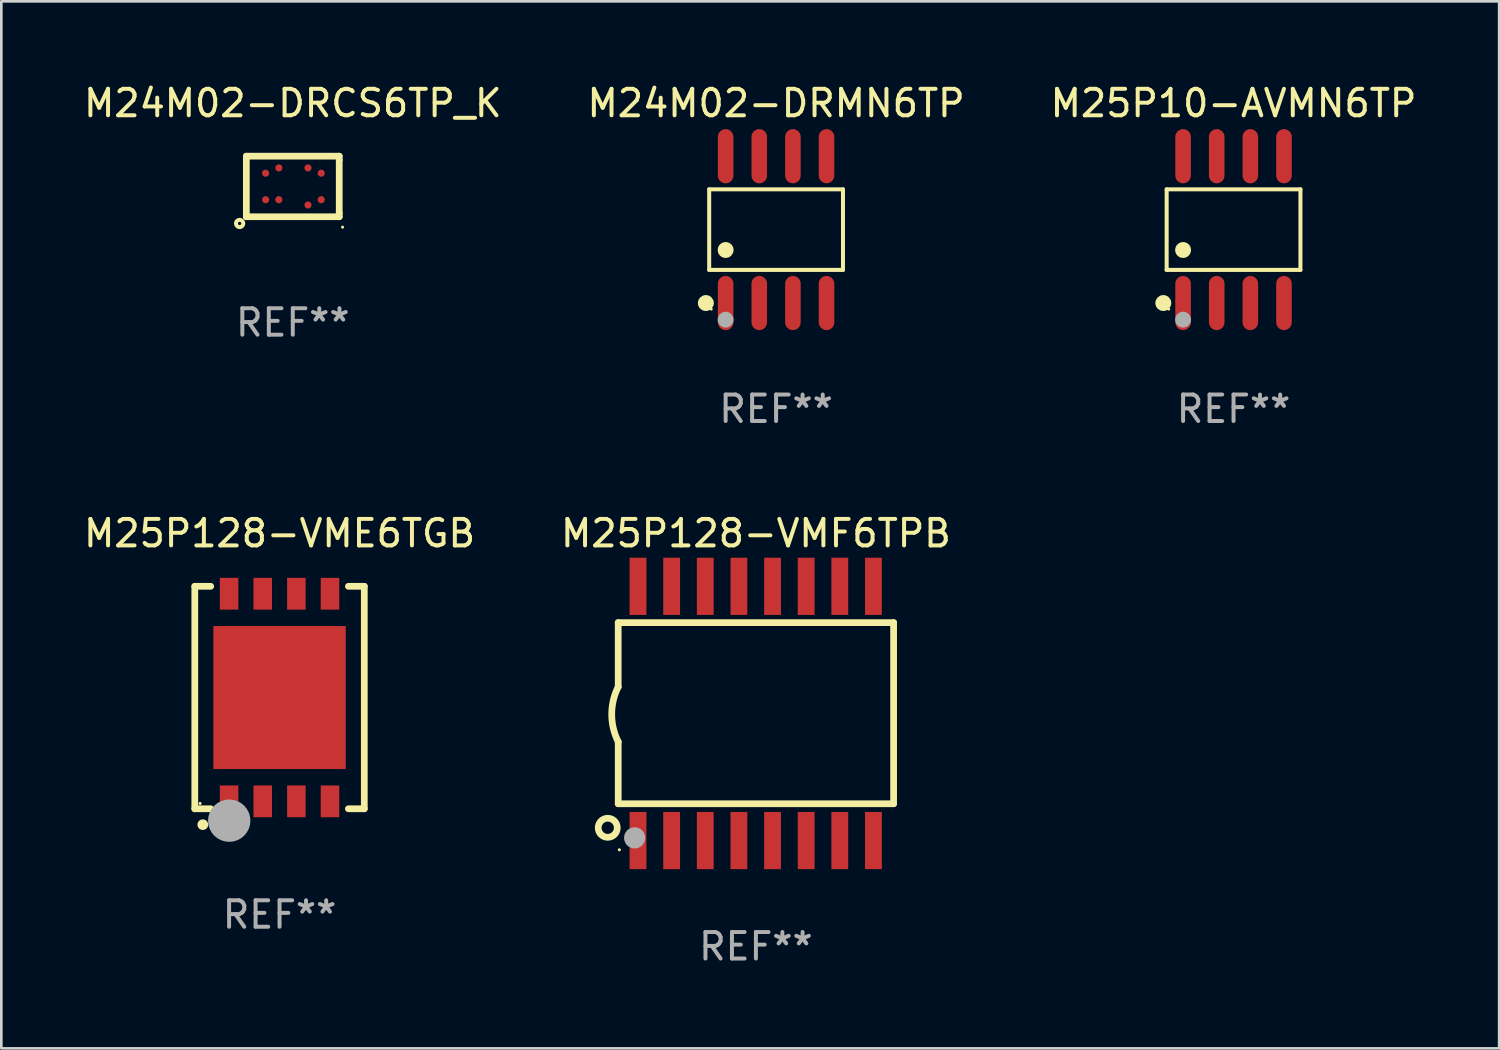
<source format=kicad_pcb>
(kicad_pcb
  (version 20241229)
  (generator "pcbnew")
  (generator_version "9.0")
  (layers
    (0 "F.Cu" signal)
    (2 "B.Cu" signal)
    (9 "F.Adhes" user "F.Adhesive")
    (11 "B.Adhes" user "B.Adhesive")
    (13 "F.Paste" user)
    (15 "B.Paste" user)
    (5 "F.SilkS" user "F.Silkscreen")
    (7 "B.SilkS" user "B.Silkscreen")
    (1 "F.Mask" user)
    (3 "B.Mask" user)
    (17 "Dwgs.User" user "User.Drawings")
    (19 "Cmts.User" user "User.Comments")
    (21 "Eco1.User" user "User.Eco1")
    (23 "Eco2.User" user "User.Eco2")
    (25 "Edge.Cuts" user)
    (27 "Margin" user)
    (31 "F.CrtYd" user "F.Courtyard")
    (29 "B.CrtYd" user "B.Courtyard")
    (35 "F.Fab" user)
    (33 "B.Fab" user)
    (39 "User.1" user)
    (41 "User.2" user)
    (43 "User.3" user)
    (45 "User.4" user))
  (footprint "M25P128-VMF6TPB"
    (layer "F.Cu")
    (at 25.494 23.89)
    (property "Reference" "M25P128-VMF6TPB" (at 0 -6.8 0) (layer "F.SilkS") (effects (font (size 1 1) (thickness 0.15))))
    (attr through_hole)
    (fp_line (start -5.2 -3.429) (end -5.2 -1.005) (stroke (width 0.254) (type solid)) (layer "F.SilkS"))
    (fp_line (start -5.2 -3.429) (end 5.2 -3.429) (stroke (width 0.254) (type solid)) (layer "F.SilkS"))
    (fp_line (start -5.2 3.411) (end 5.2 3.411) (stroke (width 0.254) (type solid)) (layer "F.SilkS"))
    (fp_line (start -5.199 1.071) (end -5.199 3.411) (stroke (width 0.254) (type solid)) (layer "F.SilkS"))
    (fp_line (start 5.2 -3.429) (end 5.2 3.411) (stroke (width 0.254) (type solid)) (layer "F.SilkS"))
    (fp_arc (start -5.199391 1.07079) (mid -5.444637 0.032863) (end -5.2 -1.005207) (stroke (width 0.254001) (type solid)) (layer "F.SilkS"))
    (fp_circle (center -5.595 4.318) (end -5.235 4.318) (stroke (width 0.254) (type solid)) (fill no) (layer "F.SilkS"))
    (fp_circle (center -5.157 5.15) (end -5.127 5.15) (stroke (width 0.06) (type solid)) (fill no) (layer "F.SilkS"))
    (fp_circle (center -4.579 4.699) (end -4.379 4.699) (stroke (width 0.4) (type solid)) (fill no) (layer "F.Fab"))
    (fp_text user "REF**" (at 0 8.8 0) (layer "F.Fab") (effects (font (size 1 1) (thickness 0.15))))
    (pad "1" smd rect (at -4.452 4.8) (size 0.635 2.16) (layers "F.Cu" "F.Mask" "F.Paste"))
    (pad "2" smd rect (at -3.182 4.8) (size 0.635 2.16) (layers "F.Cu" "F.Mask" "F.Paste"))
    (pad "3" smd rect (at -1.912 4.8) (size 0.635 2.16) (layers "F.Cu" "F.Mask" "F.Paste"))
    (pad "4" smd rect (at -0.642 4.8) (size 0.635 2.16) (layers "F.Cu" "F.Mask" "F.Paste"))
    (pad "5" smd rect (at 0.628 4.8) (size 0.635 2.16) (layers "F.Cu" "F.Mask" "F.Paste"))
    (pad "6" smd rect (at 1.898 4.8) (size 0.635 2.16) (layers "F.Cu" "F.Mask" "F.Paste"))
    (pad "7" smd rect (at 3.168 4.8) (size 0.635 2.16) (layers "F.Cu" "F.Mask" "F.Paste"))
    (pad "8" smd rect (at 4.438 4.8) (size 0.635 2.16) (layers "F.Cu" "F.Mask" "F.Paste"))
    (pad "9" smd rect (at 4.438 -4.8) (size 0.635 2.16) (layers "F.Cu" "F.Mask" "F.Paste"))
    (pad "10" smd rect (at 3.168 -4.8) (size 0.635 2.16) (layers "F.Cu" "F.Mask" "F.Paste"))
    (pad "11" smd rect (at 1.898 -4.8) (size 0.635 2.16) (layers "F.Cu" "F.Mask" "F.Paste"))
    (pad "12" smd rect (at 0.628 -4.8) (size 0.635 2.16) (layers "F.Cu" "F.Mask" "F.Paste"))
    (pad "13" smd rect (at -0.642 -4.8) (size 0.635 2.16) (layers "F.Cu" "F.Mask" "F.Paste"))
    (pad "14" smd rect (at -1.912 -4.8) (size 0.635 2.16) (layers "F.Cu" "F.Mask" "F.Paste"))
    (pad "15" smd rect (at -3.182 -4.8) (size 0.635 2.16) (layers "F.Cu" "F.Mask" "F.Paste"))
    (pad "16" smd rect (at -4.452 -4.8) (size 0.635 2.16) (layers "F.Cu" "F.Mask" "F.Paste")))
  (footprint "M25P128-VME6TGB"
    (layer "F.Cu")
    (at 7.506 23.29)
    (property "Reference" "M25P128-VME6TGB" (at 0 -6.2 0) (layer "F.SilkS") (effects (font (size 1 1) (thickness 0.15))))
    (attr through_hole)
    (fp_line (start -3.2 -4.2) (end -2.6 -4.2) (stroke (width 0.254) (type solid)) (layer "F.SilkS"))
    (fp_line (start -3.2 4.2) (end -3.2 -4.2) (stroke (width 0.254) (type solid)) (layer "F.SilkS"))
    (fp_line (start -2.6 4.2) (end -3.2 4.2) (stroke (width 0.254) (type solid)) (layer "F.SilkS"))
    (fp_line (start 2.6 -4.2) (end 3.2 -4.2) (stroke (width 0.254) (type solid)) (layer "F.SilkS"))
    (fp_line (start 3.2 -4.2) (end 3.2 4.2) (stroke (width 0.254) (type solid)) (layer "F.SilkS"))
    (fp_line (start 3.2 4.2) (end 2.6 4.2) (stroke (width 0.254) (type solid)) (layer "F.SilkS"))
    (fp_arc (start -2.900699 4.80061) (mid -2.898159 4.800594) (end -2.895619 4.80061) (stroke (width 0.4) (type solid)) (layer "F.SilkS"))
    (fp_circle (center -3 4) (end -2.97 4) (stroke (width 0.06) (type solid)) (fill no) (layer "F.SilkS"))
    (fp_circle (center -1.9 4.65) (end -1.5 4.65) (stroke (width 0.8) (type solid)) (fill no) (layer "F.Fab"))
    (fp_text user "REF**" (at 0 8.2 0) (layer "F.Fab") (effects (font (size 1 1) (thickness 0.15))))
    (pad "1" smd rect (at -1.905 3.92 90) (size 1.2 0.7) (layers "F.Cu" "F.Mask" "F.Paste"))
    (pad "2" smd rect (at -0.635 3.92 90) (size 1.2 0.7) (layers "F.Cu" "F.Mask" "F.Paste"))
    (pad "3" smd rect (at 0.635 3.92 90) (size 1.2 0.7) (layers "F.Cu" "F.Mask" "F.Paste"))
    (pad "4" smd rect (at 1.905 3.92 90) (size 1.2 0.7) (layers "F.Cu" "F.Mask" "F.Paste"))
    (pad "5" smd rect (at 1.905 -3.92 90) (size 1.2 0.7) (layers "F.Cu" "F.Mask" "F.Paste"))
    (pad "6" smd rect (at 0.635 -3.92 90) (size 1.2 0.7) (layers "F.Cu" "F.Mask" "F.Paste"))
    (pad "7" smd rect (at -0.635 -3.92 90) (size 1.2 0.7) (layers "F.Cu" "F.Mask" "F.Paste"))
    (pad "8" smd rect (at -1.905 -3.92 90) (size 1.2 0.7) (layers "F.Cu" "F.Mask" "F.Paste"))
    (pad "9" smd rect (at -0.000038 -0.000076 90) (size 5.4 5) (layers "F.Cu" "F.Mask" "F.Paste")))
  (footprint "M24M02-DRCS6TP_K"
    (layer "F.Cu")
    (at 8.006 3.991)
    (property "Reference" "M24M02-DRCS6TP_K" (at 0 -3.143 0) (layer "F.SilkS") (effects (font (size 1 1) (thickness 0.15))))
    (attr through_hole)
    (fp_line (start -1.754 -1.143) (end -1.754 1.143) (stroke (width 0.254) (type solid)) (layer "F.SilkS"))
    (fp_line (start -1.754 1.143) (end 1.754 1.143) (stroke (width 0.254) (type solid)) (layer "F.SilkS"))
    (fp_line (start 1.754 -1.143) (end -1.754 -1.143) (stroke (width 0.254) (type solid)) (layer "F.SilkS"))
    (fp_line (start 1.754 -1) (end 1.754 -1.143) (stroke (width 0.254) (type solid)) (layer "F.SilkS"))
    (fp_line (start 1.754 1) (end 1.754 -1) (stroke (width 0.254) (type solid)) (layer "F.SilkS"))
    (fp_line (start 1.754 1.143) (end 1.754 1) (stroke (width 0.254) (type solid)) (layer "F.SilkS"))
    (fp_circle (center -2.008 1.397) (end -1.945 1.397) (stroke (width 0.15) (type solid)) (fill no) (layer "F.SilkS"))
    (fp_circle (center 1.881 1.536) (end 1.911 1.536) (stroke (width 0.06) (type solid)) (fill no) (layer "F.SilkS"))
    (fp_text user "REF**" (at 0 5.143 0) (layer "F.Fab") (effects (font (size 1 1) (thickness 0.15))))
    (pad "A2" smd circle (at -1.026 0.5) (size 0.27 0.27) (layers "F.Cu" "F.Mask" "F.Paste"))
    (pad "A3" smd circle (at -1.026 -0.5) (size 0.27 0.27) (layers "F.Cu" "F.Mask" "F.Paste"))
    (pad "B2" smd circle (at -0.526 0.5) (size 0.27 0.27) (layers "F.Cu" "F.Mask" "F.Paste"))
    (pad "B4" smd circle (at -0.526 -0.7) (size 0.27 0.27) (layers "F.Cu" "F.Mask" "F.Paste"))
    (pad "C1" smd circle (at 0.574 0.7) (size 0.27 0.27) (layers "F.Cu" "F.Mask" "F.Paste"))
    (pad "C4" smd circle (at 0.574 -0.7) (size 0.27 0.27) (layers "F.Cu" "F.Mask" "F.Paste"))
    (pad "D2" smd circle (at 1.074 0.5) (size 0.27 0.27) (layers "F.Cu" "F.Mask" "F.Paste"))
    (pad "D3" smd circle (at 1.074 -0.5) (size 0.27 0.27) (layers "F.Cu" "F.Mask" "F.Paste")))
  (footprint "M25P10-AVMN6TP"
    (layer "F.Cu")
    (at 43.53 5.621)
    (property "Reference" "M25P10-AVMN6TP" (at 0 -4.772 0) (layer "F.SilkS") (effects (font (size 1 1) (thickness 0.15))))
    (attr through_hole)
    (fp_line (start -2.526 -1.521) (end 2.526 -1.521) (stroke (width 0.152) (type solid)) (layer "F.SilkS"))
    (fp_line (start -2.526 1.521) (end -2.526 -1.521) (stroke (width 0.152) (type solid)) (layer "F.SilkS"))
    (fp_line (start 2.526 -1.521) (end 2.526 1.521) (stroke (width 0.152) (type solid)) (layer "F.SilkS"))
    (fp_line (start 2.526 1.521) (end -2.526 1.521) (stroke (width 0.152) (type solid)) (layer "F.SilkS"))
    (fp_circle (center -2.652 2.772) (end -2.501 2.772) (stroke (width 0.3) (type solid)) (fill no) (layer "F.SilkS"))
    (fp_circle (center -2.45 3) (end -2.42 3) (stroke (width 0.06) (type solid)) (fill no) (layer "F.SilkS"))
    (fp_circle (center -1.905 0.769) (end -1.755 0.769) (stroke (width 0.3) (type solid)) (fill no) (layer "F.SilkS"))
    (fp_circle (center -1.905 3.4) (end -1.755 3.4) (stroke (width 0.3) (type solid)) (fill no) (layer "F.Fab"))
    (fp_text user "REF**" (at 0 6.772 0) (layer "F.Fab") (effects (font (size 1 1) (thickness 0.15))))
    (pad "1" smd oval (at -1.905 2.772) (size 0.588 2.045) (layers "F.Cu" "F.Mask" "F.Paste"))
    (pad "2" smd oval (at -0.635 2.772) (size 0.588 2.045) (layers "F.Cu" "F.Mask" "F.Paste"))
    (pad "3" smd oval (at 0.635 2.772) (size 0.588 2.045) (layers "F.Cu" "F.Mask" "F.Paste"))
    (pad "4" smd oval (at 1.905 2.772) (size 0.588 2.045) (layers "F.Cu" "F.Mask" "F.Paste"))
    (pad "5" smd oval (at 1.905 -2.772) (size 0.588 2.045) (layers "F.Cu" "F.Mask" "F.Paste"))
    (pad "6" smd oval (at 0.635 -2.772) (size 0.588 2.045) (layers "F.Cu" "F.Mask" "F.Paste"))
    (pad "7" smd oval (at -0.635 -2.772) (size 0.588 2.045) (layers "F.Cu" "F.Mask" "F.Paste"))
    (pad "8" smd oval (at -1.905 -2.772) (size 0.588 2.045) (layers "F.Cu" "F.Mask" "F.Paste")))
  (footprint "M24M02-DRMN6TP"
    (layer "F.Cu")
    (at 26.256 5.621)
    (property "Reference" "M24M02-DRMN6TP" (at 0 -4.772 0) (layer "F.SilkS") (effects (font (size 1 1) (thickness 0.15))))
    (attr through_hole)
    (fp_line (start -2.526 -1.521) (end 2.526 -1.521) (stroke (width 0.152) (type solid)) (layer "F.SilkS"))
    (fp_line (start -2.526 1.521) (end -2.526 -1.521) (stroke (width 0.152) (type solid)) (layer "F.SilkS"))
    (fp_line (start 2.526 -1.521) (end 2.526 1.521) (stroke (width 0.152) (type solid)) (layer "F.SilkS"))
    (fp_line (start 2.526 1.521) (end -2.526 1.521) (stroke (width 0.152) (type solid)) (layer "F.SilkS"))
    (fp_circle (center -2.652 2.772) (end -2.501 2.772) (stroke (width 0.3) (type solid)) (fill no) (layer "F.SilkS"))
    (fp_circle (center -2.45 3) (end -2.42 3) (stroke (width 0.06) (type solid)) (fill no) (layer "F.SilkS"))
    (fp_circle (center -1.905 0.769) (end -1.755 0.769) (stroke (width 0.3) (type solid)) (fill no) (layer "F.SilkS"))
    (fp_circle (center -1.905 3.4) (end -1.755 3.4) (stroke (width 0.3) (type solid)) (fill no) (layer "F.Fab"))
    (fp_text user "REF**" (at 0 6.772 0) (layer "F.Fab") (effects (font (size 1 1) (thickness 0.15))))
    (pad "1" smd oval (at -1.905 2.772) (size 0.588 2.045) (layers "F.Cu" "F.Mask" "F.Paste"))
    (pad "2" smd oval (at -0.635 2.772) (size 0.588 2.045) (layers "F.Cu" "F.Mask" "F.Paste"))
    (pad "3" smd oval (at 0.635 2.772) (size 0.588 2.045) (layers "F.Cu" "F.Mask" "F.Paste"))
    (pad "4" smd oval (at 1.905 2.772) (size 0.588 2.045) (layers "F.Cu" "F.Mask" "F.Paste"))
    (pad "5" smd oval (at 1.905 -2.772) (size 0.588 2.045) (layers "F.Cu" "F.Mask" "F.Paste"))
    (pad "6" smd oval (at 0.635 -2.772) (size 0.588 2.045) (layers "F.Cu" "F.Mask" "F.Paste"))
    (pad "7" smd oval (at -0.635 -2.772) (size 0.588 2.045) (layers "F.Cu" "F.Mask" "F.Paste"))
    (pad "8" smd oval (at -1.905 -2.772) (size 0.588 2.045) (layers "F.Cu" "F.Mask" "F.Paste")))
  (gr_rect
    (start -3 -3)
    (end 53.56 36.538)
    (stroke (width 0.1) (type default))
    (fill no)
    (layer "Edge.Cuts")))
</source>
